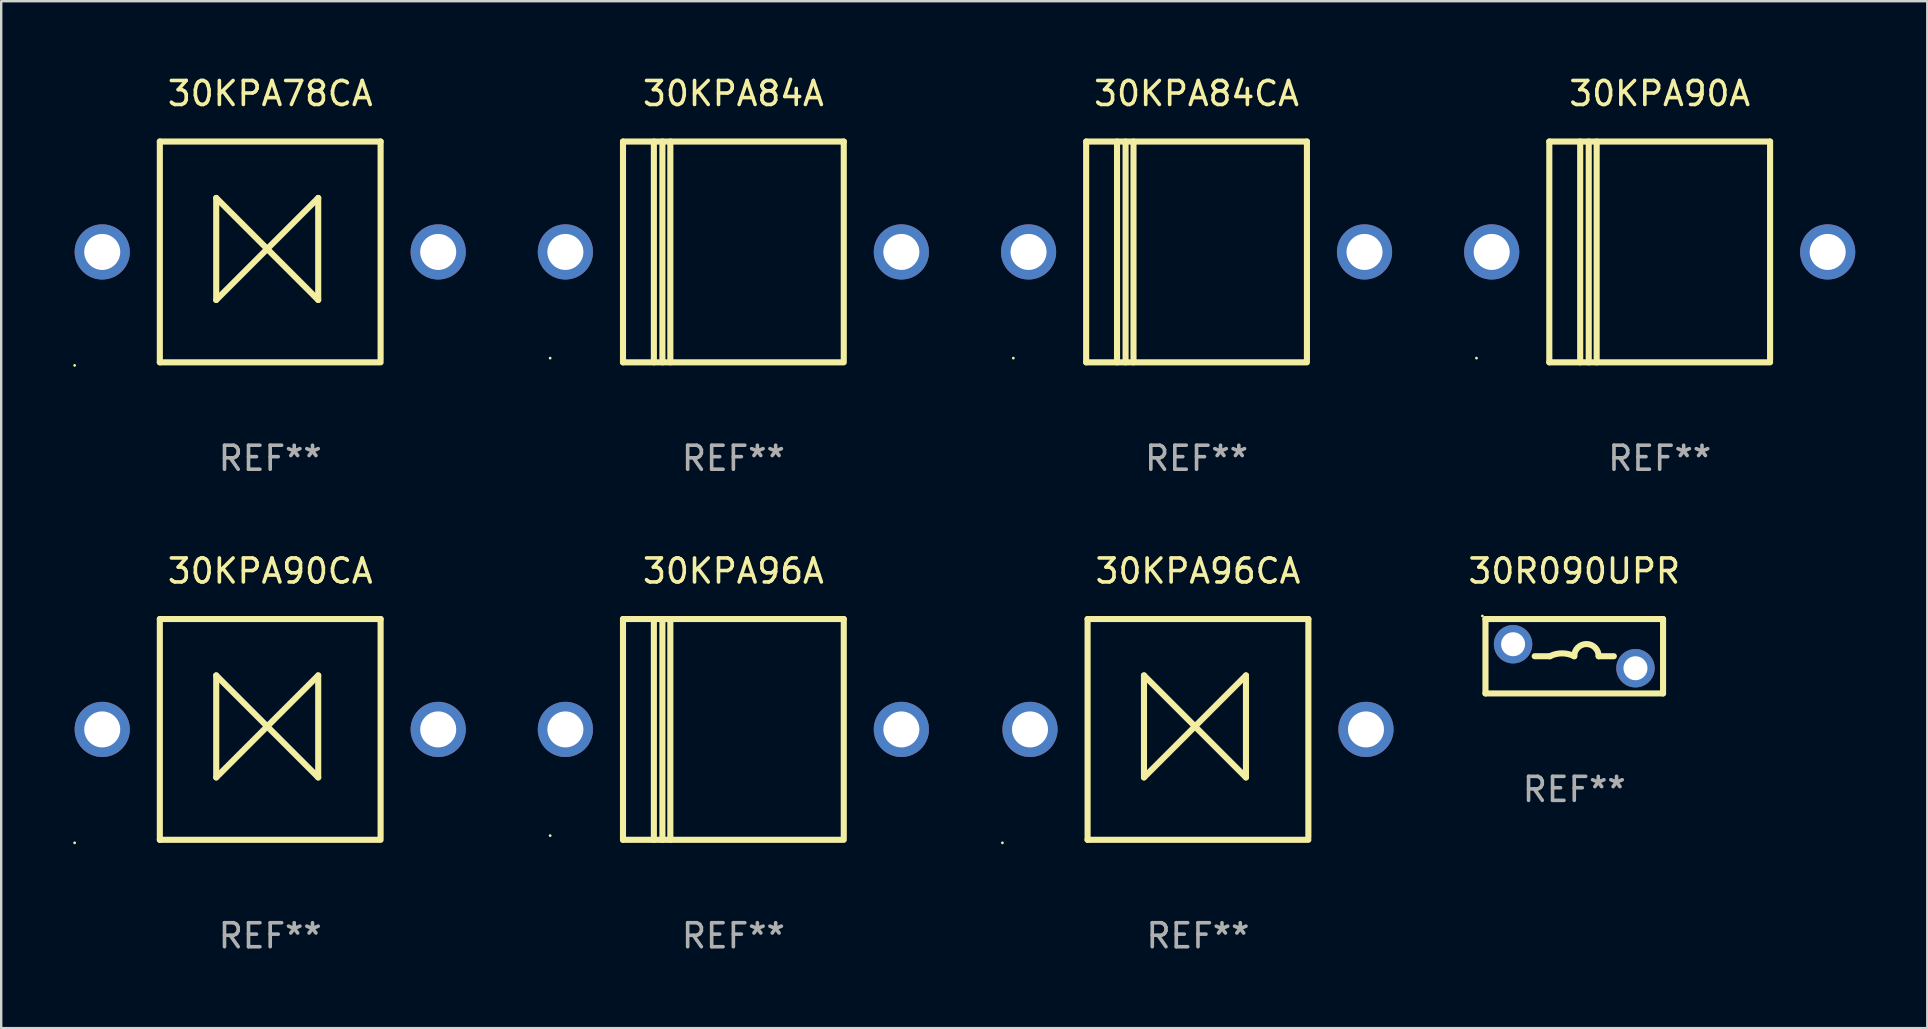
<source format=kicad_pcb>
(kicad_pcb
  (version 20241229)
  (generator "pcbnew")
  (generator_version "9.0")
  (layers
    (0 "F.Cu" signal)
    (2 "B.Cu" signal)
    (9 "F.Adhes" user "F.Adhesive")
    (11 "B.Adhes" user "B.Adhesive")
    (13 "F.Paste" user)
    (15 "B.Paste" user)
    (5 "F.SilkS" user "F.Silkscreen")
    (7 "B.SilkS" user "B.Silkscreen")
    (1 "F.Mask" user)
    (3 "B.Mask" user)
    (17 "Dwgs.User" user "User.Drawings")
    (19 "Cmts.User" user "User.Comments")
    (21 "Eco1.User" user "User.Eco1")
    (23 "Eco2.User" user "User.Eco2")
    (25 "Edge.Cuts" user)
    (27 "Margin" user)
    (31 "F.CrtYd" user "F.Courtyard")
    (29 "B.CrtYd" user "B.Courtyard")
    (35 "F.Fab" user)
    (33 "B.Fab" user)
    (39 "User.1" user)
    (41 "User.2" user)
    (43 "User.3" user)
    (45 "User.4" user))
  (footprint "30KPA78CA"
    (layer "F.Cu")
    (at 8.21 7.448)
    (property "Reference" "30KPA78CA" (at 0 -6.6 0) (layer "F.SilkS") (effects (font (size 1 1) (thickness 0.15))))
    (attr through_hole)
    (fp_line (start -4.6 -4.6) (end -4.6 4.6) (stroke (width 0.254) (type solid)) (layer "F.SilkS"))
    (fp_line (start -4.6 -4.6) (end 4.6 -4.6) (stroke (width 0.254) (type solid)) (layer "F.SilkS"))
    (fp_line (start -4.6 4.6) (end 4.6 4.6) (stroke (width 0.254) (type solid)) (layer "F.SilkS"))
    (fp_line (start -2.25 -2.25) (end -2.25 2) (stroke (width 0.254) (type solid)) (layer "F.SilkS"))
    (fp_line (start -2.25 2) (end 2 -2.25) (stroke (width 0.254) (type solid)) (layer "F.SilkS"))
    (fp_line (start 2 -2.25) (end 2 2) (stroke (width 0.254) (type solid)) (layer "F.SilkS"))
    (fp_line (start 2 2) (end -2.25 -2.25) (stroke (width 0.254) (type solid)) (layer "F.SilkS"))
    (fp_line (start 4.6 -4.6) (end 4.6 4.5) (stroke (width 0.254) (type solid)) (layer "F.SilkS"))
    (fp_circle (center -8.15 4.727) (end -8.12 4.727) (stroke (width 0.06) (type solid)) (fill no) (layer "F.SilkS"))
    (fp_text user "REF**" (at 0 8.6 0) (layer "F.Fab") (effects (font (size 1 1) (thickness 0.15))))
    (pad "1" thru_hole circle (at -7 0) (size 2.3 2.3) (drill 1.5) (layers "*.Cu" "*.Mask"))
    (pad "2" thru_hole circle (at 7 0) (size 2.3 2.3) (drill 1.5) (layers "*.Cu" "*.Mask")))
  (footprint "30KPA84A"
    (layer "F.Cu")
    (at 27.51 7.448)
    (property "Reference" "30KPA84A" (at 0 -6.6 0) (layer "F.SilkS") (effects (font (size 1 1) (thickness 0.15))))
    (attr through_hole)
    (fp_line (start -4.6 -4.6) (end -4.6 4.6) (stroke (width 0.254) (type solid)) (layer "F.SilkS"))
    (fp_line (start -4.6 -4.6) (end 4.6 -4.6) (stroke (width 0.254) (type solid)) (layer "F.SilkS"))
    (fp_line (start -4.6 4.6) (end 4.6 4.6) (stroke (width 0.254) (type solid)) (layer "F.SilkS"))
    (fp_line (start -3.313 -4.6) (end -3.313 4.6) (stroke (width 0.254) (type solid)) (layer "F.SilkS"))
    (fp_line (start -2.957 -4.6) (end -2.957 4.6) (stroke (width 0.254) (type solid)) (layer "F.SilkS"))
    (fp_line (start -2.627 -4.6) (end -2.627 4.6) (stroke (width 0.254) (type solid)) (layer "F.SilkS"))
    (fp_line (start 4.6 -4.6) (end 4.6 4.5) (stroke (width 0.254) (type solid)) (layer "F.SilkS"))
    (fp_circle (center -7.635 4.425) (end -7.605 4.425) (stroke (width 0.06) (type solid)) (fill no) (layer "F.SilkS"))
    (fp_text user "REF**" (at 0 8.6 0) (layer "F.Fab") (effects (font (size 1 1) (thickness 0.15))))
    (pad "1" thru_hole circle (at -7 0) (size 2.3 2.3) (drill 1.5) (layers "*.Cu" "*.Mask"))
    (pad "2" thru_hole circle (at 7 0) (size 2.3 2.3) (drill 1.5) (layers "*.Cu" "*.Mask")))
  (footprint "30KPA90CA"
    (layer "F.Cu")
    (at 8.21 27.345)
    (property "Reference" "30KPA90CA" (at 0 -6.6 0) (layer "F.SilkS") (effects (font (size 1 1) (thickness 0.15))))
    (attr through_hole)
    (fp_line (start -4.6 -4.6) (end -4.6 4.6) (stroke (width 0.254) (type solid)) (layer "F.SilkS"))
    (fp_line (start -4.6 -4.6) (end 4.6 -4.6) (stroke (width 0.254) (type solid)) (layer "F.SilkS"))
    (fp_line (start -4.6 4.6) (end 4.6 4.6) (stroke (width 0.254) (type solid)) (layer "F.SilkS"))
    (fp_line (start -2.25 -2.25) (end -2.25 2) (stroke (width 0.254) (type solid)) (layer "F.SilkS"))
    (fp_line (start -2.25 2) (end 2 -2.25) (stroke (width 0.254) (type solid)) (layer "F.SilkS"))
    (fp_line (start 2 -2.25) (end 2 2) (stroke (width 0.254) (type solid)) (layer "F.SilkS"))
    (fp_line (start 2 2) (end -2.25 -2.25) (stroke (width 0.254) (type solid)) (layer "F.SilkS"))
    (fp_line (start 4.6 -4.6) (end 4.6 4.5) (stroke (width 0.254) (type solid)) (layer "F.SilkS"))
    (fp_circle (center -8.15 4.727) (end -8.12 4.727) (stroke (width 0.06) (type solid)) (fill no) (layer "F.SilkS"))
    (fp_text user "REF**" (at 0 8.6 0) (layer "F.Fab") (effects (font (size 1 1) (thickness 0.15))))
    (pad "1" thru_hole circle (at -7 0) (size 2.3 2.3) (drill 1.5) (layers "*.Cu" "*.Mask"))
    (pad "2" thru_hole circle (at 7 0) (size 2.3 2.3) (drill 1.5) (layers "*.Cu" "*.Mask")))
  (footprint "30R090UPR"
    (layer "F.Cu")
    (at 62.55 24.295)
    (property "Reference" "30R090UPR" (at 0 -3.55 0) (layer "F.SilkS") (effects (font (size 1 1) (thickness 0.15))))
    (attr through_hole)
    (fp_line (start -3.7 -1.55) (end 3.7 -1.55) (stroke (width 0.254) (type solid)) (layer "F.SilkS"))
    (fp_line (start -3.7 1.55) (end -3.7 -1.55) (stroke (width 0.254) (type solid)) (layer "F.SilkS"))
    (fp_line (start -1.649 0) (end -1.016 0) (stroke (width 0.254) (type solid)) (layer "F.SilkS"))
    (fp_line (start 1.649 0) (end 1.016 0) (stroke (width 0.254) (type solid)) (layer "F.SilkS"))
    (fp_line (start 3.7 -1.55) (end 3.7 1.55) (stroke (width 0.254) (type solid)) (layer "F.SilkS"))
    (fp_line (start 3.7 1.55) (end -3.7 1.55) (stroke (width 0.254) (type solid)) (layer "F.SilkS"))
    (fp_arc (start -1.016002 0) (mid -0.508001 -0.119923) (end 0 0) (stroke (width 0.254001) (type solid)) (layer "F.SilkS"))
    (fp_arc (start 0 0) (mid 0.508001 -0.508001) (end 1.016002 0) (stroke (width 0.254001) (type solid)) (layer "F.SilkS"))
    (fp_circle (center -3.827 -1.677) (end -3.797 -1.677) (stroke (width 0.06) (type solid)) (fill no) (layer "F.SilkS"))
    (fp_text user "REF**" (at 0 5.55 0) (layer "F.Fab") (effects (font (size 1 1) (thickness 0.15))))
    (pad "1" thru_hole circle (at -2.55 -0.5) (size 1.6 1.6) (drill 1) (layers "*.Cu" "*.Mask"))
    (pad "2" thru_hole circle (at 2.55 0.5) (size 1.6 1.6) (drill 1) (layers "*.Cu" "*.Mask")))
  (footprint "30KPA96A"
    (layer "F.Cu")
    (at 27.51 27.345)
    (property "Reference" "30KPA96A" (at 0 -6.6 0) (layer "F.SilkS") (effects (font (size 1 1) (thickness 0.15))))
    (attr through_hole)
    (fp_line (start -4.6 -4.6) (end -4.6 4.6) (stroke (width 0.254) (type solid)) (layer "F.SilkS"))
    (fp_line (start -4.6 -4.6) (end 4.6 -4.6) (stroke (width 0.254) (type solid)) (layer "F.SilkS"))
    (fp_line (start -4.6 4.6) (end 4.6 4.6) (stroke (width 0.254) (type solid)) (layer "F.SilkS"))
    (fp_line (start -3.313 -4.6) (end -3.313 4.6) (stroke (width 0.254) (type solid)) (layer "F.SilkS"))
    (fp_line (start -2.957 -4.6) (end -2.957 4.6) (stroke (width 0.254) (type solid)) (layer "F.SilkS"))
    (fp_line (start -2.627 -4.6) (end -2.627 4.6) (stroke (width 0.254) (type solid)) (layer "F.SilkS"))
    (fp_line (start 4.6 -4.6) (end 4.6 4.5) (stroke (width 0.254) (type solid)) (layer "F.SilkS"))
    (fp_circle (center -7.635 4.425) (end -7.605 4.425) (stroke (width 0.06) (type solid)) (fill no) (layer "F.SilkS"))
    (fp_text user "REF**" (at 0 8.6 0) (layer "F.Fab") (effects (font (size 1 1) (thickness 0.15))))
    (pad "1" thru_hole circle (at -7 0) (size 2.3 2.3) (drill 1.5) (layers "*.Cu" "*.Mask"))
    (pad "2" thru_hole circle (at 7 0) (size 2.3 2.3) (drill 1.5) (layers "*.Cu" "*.Mask")))
  (footprint "30KPA96CA"
    (layer "F.Cu")
    (at 46.87 27.345)
    (property "Reference" "30KPA96CA" (at 0 -6.6 0) (layer "F.SilkS") (effects (font (size 1 1) (thickness 0.15))))
    (attr through_hole)
    (fp_line (start -4.6 -4.6) (end -4.6 4.6) (stroke (width 0.254) (type solid)) (layer "F.SilkS"))
    (fp_line (start -4.6 -4.6) (end 4.6 -4.6) (stroke (width 0.254) (type solid)) (layer "F.SilkS"))
    (fp_line (start -4.6 4.6) (end 4.6 4.6) (stroke (width 0.254) (type solid)) (layer "F.SilkS"))
    (fp_line (start -2.25 -2.25) (end -2.25 2) (stroke (width 0.254) (type solid)) (layer "F.SilkS"))
    (fp_line (start -2.25 2) (end 2 -2.25) (stroke (width 0.254) (type solid)) (layer "F.SilkS"))
    (fp_line (start 2 -2.25) (end 2 2) (stroke (width 0.254) (type solid)) (layer "F.SilkS"))
    (fp_line (start 2 2) (end -2.25 -2.25) (stroke (width 0.254) (type solid)) (layer "F.SilkS"))
    (fp_line (start 4.6 -4.6) (end 4.6 4.5) (stroke (width 0.254) (type solid)) (layer "F.SilkS"))
    (fp_circle (center -8.15 4.727) (end -8.12 4.727) (stroke (width 0.06) (type solid)) (fill no) (layer "F.SilkS"))
    (fp_text user "REF**" (at 0 8.6 0) (layer "F.Fab") (effects (font (size 1 1) (thickness 0.15))))
    (pad "1" thru_hole circle (at -7 0) (size 2.3 2.3) (drill 1.5) (layers "*.Cu" "*.Mask"))
    (pad "2" thru_hole circle (at 7 0) (size 2.3 2.3) (drill 1.5) (layers "*.Cu" "*.Mask")))
  (footprint "30KPA90A"
    (layer "F.Cu")
    (at 66.11 7.448)
    (property "Reference" "30KPA90A" (at 0 -6.6 0) (layer "F.SilkS") (effects (font (size 1 1) (thickness 0.15))))
    (attr through_hole)
    (fp_line (start -4.6 -4.6) (end -4.6 4.6) (stroke (width 0.254) (type solid)) (layer "F.SilkS"))
    (fp_line (start -4.6 -4.6) (end 4.6 -4.6) (stroke (width 0.254) (type solid)) (layer "F.SilkS"))
    (fp_line (start -4.6 4.6) (end 4.6 4.6) (stroke (width 0.254) (type solid)) (layer "F.SilkS"))
    (fp_line (start -3.313 -4.6) (end -3.313 4.6) (stroke (width 0.254) (type solid)) (layer "F.SilkS"))
    (fp_line (start -2.957 -4.6) (end -2.957 4.6) (stroke (width 0.254) (type solid)) (layer "F.SilkS"))
    (fp_line (start -2.627 -4.6) (end -2.627 4.6) (stroke (width 0.254) (type solid)) (layer "F.SilkS"))
    (fp_line (start 4.6 -4.6) (end 4.6 4.5) (stroke (width 0.254) (type solid)) (layer "F.SilkS"))
    (fp_circle (center -7.635 4.425) (end -7.605 4.425) (stroke (width 0.06) (type solid)) (fill no) (layer "F.SilkS"))
    (fp_text user "REF**" (at 0 8.6 0) (layer "F.Fab") (effects (font (size 1 1) (thickness 0.15))))
    (pad "1" thru_hole circle (at -7 0) (size 2.3 2.3) (drill 1.5) (layers "*.Cu" "*.Mask"))
    (pad "2" thru_hole circle (at 7 0) (size 2.3 2.3) (drill 1.5) (layers "*.Cu" "*.Mask")))
  (footprint "30KPA84CA"
    (layer "F.Cu")
    (at 46.81 7.448)
    (property "Reference" "30KPA84CA" (at 0 -6.6 0) (layer "F.SilkS") (effects (font (size 1 1) (thickness 0.15))))
    (attr through_hole)
    (fp_line (start -4.6 -4.6) (end -4.6 4.6) (stroke (width 0.254) (type solid)) (layer "F.SilkS"))
    (fp_line (start -4.6 -4.6) (end 4.6 -4.6) (stroke (width 0.254) (type solid)) (layer "F.SilkS"))
    (fp_line (start -4.6 4.6) (end 4.6 4.6) (stroke (width 0.254) (type solid)) (layer "F.SilkS"))
    (fp_line (start -3.313 -4.6) (end -3.313 4.6) (stroke (width 0.254) (type solid)) (layer "F.SilkS"))
    (fp_line (start -2.957 -4.6) (end -2.957 4.6) (stroke (width 0.254) (type solid)) (layer "F.SilkS"))
    (fp_line (start -2.627 -4.6) (end -2.627 4.6) (stroke (width 0.254) (type solid)) (layer "F.SilkS"))
    (fp_line (start 4.6 -4.6) (end 4.6 4.5) (stroke (width 0.254) (type solid)) (layer "F.SilkS"))
    (fp_circle (center -7.635 4.425) (end -7.605 4.425) (stroke (width 0.06) (type solid)) (fill no) (layer "F.SilkS"))
    (fp_text user "REF**" (at 0 8.6 0) (layer "F.Fab") (effects (font (size 1 1) (thickness 0.15))))
    (pad "1" thru_hole circle (at -7 0) (size 2.3 2.3) (drill 1.5) (layers "*.Cu" "*.Mask"))
    (pad "2" thru_hole circle (at 7 0) (size 2.3 2.3) (drill 1.5) (layers "*.Cu" "*.Mask")))
  (gr_rect
    (start -3 -3)
    (end 77.26 39.793)
    (stroke (width 0.1) (type default))
    (fill no)
    (layer "Edge.Cuts")))
</source>
